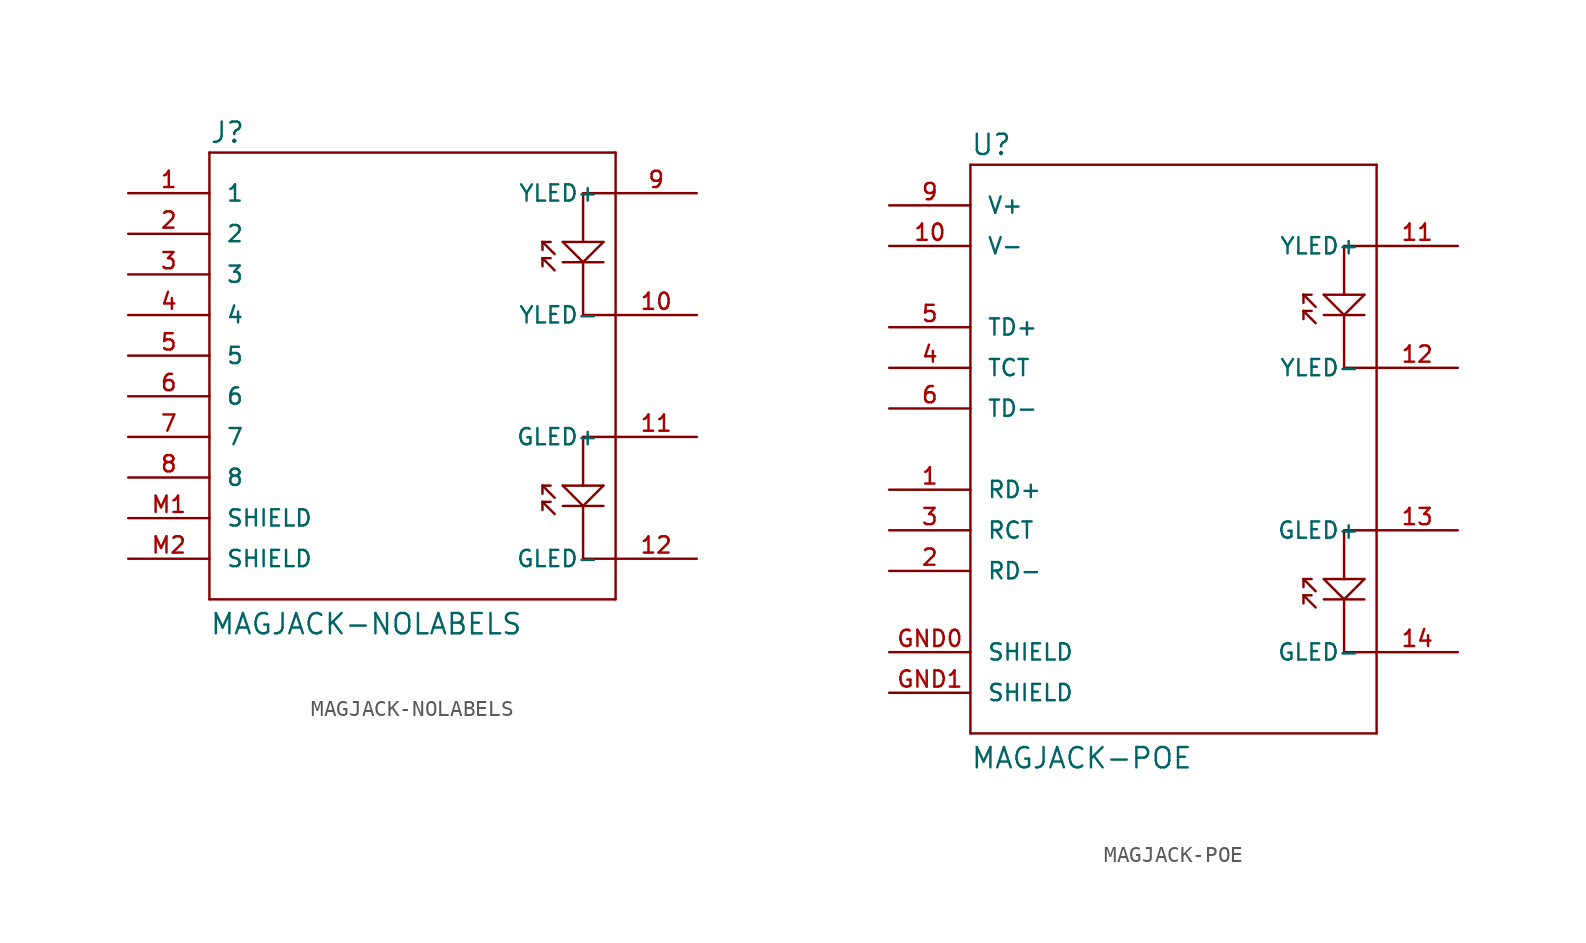
<source format=kicad_sym>
(kicad_symbol_lib
  (version 20211014)
  (generator kicad_symbol_editor)
  (symbol "MAGJACK-NOLABELS"
    (pin_names
      (offset 1.016))
    (property "Reference" "J"
      (at -12.7 13.208 0)
      (effects (font (size 1.27 1.27)) (justify left bottom)))
    (property "Value" "MAGJACK-NOLABELS"
      (at -12.7 -17.526 0)
      (effects (font (size 1.27 1.27)) (justify left bottom)))
    (property "Datasheet" ""
      (at 0 0 0)
      (effects (font (size 1.524 1.524))))
    (property "ki_locked" ""
      (at 0 0 0)
      (effects (font (size 1.27 1.27))))
    (symbol "MAGJACK-NOLABELS_1_0"
      (polyline (pts (xy -12.7 -15.24) (xy 12.7 -15.24)) (stroke (width 0) (type default) (color 0 0 0 0)) (fill (type none)))
      (polyline (pts (xy -12.7 12.7) (xy -12.7 -15.24)) (stroke (width 0) (type default) (color 0 0 0 0)) (fill (type none)))
      (polyline (pts (xy 8.128 -9.652) (xy 8.128 -9.144)) (stroke (width 0) (type default) (color 0 0 0 0)) (fill (type none)))
      (polyline (pts (xy 8.128 -9.144) (xy 8.636 -9.144)) (stroke (width 0) (type default) (color 0 0 0 0)) (fill (type none)))
      (polyline (pts (xy 8.128 -8.636) (xy 8.128 -8.128)) (stroke (width 0) (type default) (color 0 0 0 0)) (fill (type none)))
      (polyline (pts (xy 8.128 -8.128) (xy 8.636 -8.128)) (stroke (width 0) (type default) (color 0 0 0 0)) (fill (type none)))
      (polyline (pts (xy 8.128 5.588) (xy 8.128 6.096)) (stroke (width 0) (type default) (color 0 0 0 0)) (fill (type none)))
      (polyline (pts (xy 8.128 6.096) (xy 8.636 6.096)) (stroke (width 0) (type default) (color 0 0 0 0)) (fill (type none)))
      (polyline (pts (xy 8.128 6.604) (xy 8.128 7.112)) (stroke (width 0) (type default) (color 0 0 0 0)) (fill (type none)))
      (polyline (pts (xy 8.128 7.112) (xy 8.636 7.112)) (stroke (width 0) (type default) (color 0 0 0 0)) (fill (type none)))
      (polyline (pts (xy 8.89 -9.906) (xy 8.128 -9.144)) (stroke (width 0) (type default) (color 0 0 0 0)) (fill (type none)))
      (polyline (pts (xy 8.89 -8.89) (xy 8.128 -8.128)) (stroke (width 0) (type default) (color 0 0 0 0)) (fill (type none)))
      (polyline (pts (xy 8.89 5.334) (xy 8.128 6.096)) (stroke (width 0) (type default) (color 0 0 0 0)) (fill (type none)))
      (polyline (pts (xy 8.89 6.35) (xy 8.128 7.112)) (stroke (width 0) (type default) (color 0 0 0 0)) (fill (type none)))
      (polyline (pts (xy 9.398 -9.398) (xy 10.668 -9.398)) (stroke (width 0) (type default) (color 0 0 0 0)) (fill (type none)))
      (polyline (pts (xy 9.398 -8.128) (xy 10.668 -9.398)) (stroke (width 0) (type default) (color 0 0 0 0)) (fill (type none)))
      (polyline (pts (xy 9.398 5.842) (xy 10.668 5.842)) (stroke (width 0) (type default) (color 0 0 0 0)) (fill (type none)))
      (polyline (pts (xy 9.398 7.112) (xy 10.668 5.842)) (stroke (width 0) (type default) (color 0 0 0 0)) (fill (type none)))
      (polyline (pts (xy 10.668 -12.7) (xy 12.7 -12.7)) (stroke (width 0) (type default) (color 0 0 0 0)) (fill (type none)))
      (polyline (pts (xy 10.668 -9.398) (xy 10.668 -12.7)) (stroke (width 0) (type default) (color 0 0 0 0)) (fill (type none)))
      (polyline (pts (xy 10.668 -9.398) (xy 11.938 -9.398)) (stroke (width 0) (type default) (color 0 0 0 0)) (fill (type none)))
      (polyline (pts (xy 10.668 -9.398) (xy 11.938 -8.128)) (stroke (width 0) (type default) (color 0 0 0 0)) (fill (type none)))
      (polyline (pts (xy 10.668 -8.128) (xy 9.398 -8.128)) (stroke (width 0) (type default) (color 0 0 0 0)) (fill (type none)))
      (polyline (pts (xy 10.668 -5.08) (xy 10.668 -8.128)) (stroke (width 0) (type default) (color 0 0 0 0)) (fill (type none)))
      (polyline (pts (xy 10.668 2.54) (xy 12.7 2.54)) (stroke (width 0) (type default) (color 0 0 0 0)) (fill (type none)))
      (polyline (pts (xy 10.668 5.842) (xy 10.668 2.54)) (stroke (width 0) (type default) (color 0 0 0 0)) (fill (type none)))
      (polyline (pts (xy 10.668 5.842) (xy 11.938 5.842)) (stroke (width 0) (type default) (color 0 0 0 0)) (fill (type none)))
      (polyline (pts (xy 10.668 5.842) (xy 11.938 7.112)) (stroke (width 0) (type default) (color 0 0 0 0)) (fill (type none)))
      (polyline (pts (xy 10.668 7.112) (xy 9.398 7.112)) (stroke (width 0) (type default) (color 0 0 0 0)) (fill (type none)))
      (polyline (pts (xy 10.668 10.16) (xy 10.668 7.112)) (stroke (width 0) (type default) (color 0 0 0 0)) (fill (type none)))
      (polyline (pts (xy 11.938 -8.128) (xy 10.668 -8.128)) (stroke (width 0) (type default) (color 0 0 0 0)) (fill (type none)))
      (polyline (pts (xy 11.938 7.112) (xy 10.668 7.112)) (stroke (width 0) (type default) (color 0 0 0 0)) (fill (type none)))
      (polyline (pts (xy 12.7 -15.24) (xy 12.7 -12.7)) (stroke (width 0) (type default) (color 0 0 0 0)) (fill (type none)))
      (polyline (pts (xy 12.7 -12.7) (xy 12.7 2.54)) (stroke (width 0) (type default) (color 0 0 0 0)) (fill (type none)))
      (polyline (pts (xy 12.7 -5.08) (xy 10.668 -5.08)) (stroke (width 0) (type default) (color 0 0 0 0)) (fill (type none)))
      (polyline (pts (xy 12.7 2.54) (xy 12.7 10.16)) (stroke (width 0) (type default) (color 0 0 0 0)) (fill (type none)))
      (polyline (pts (xy 12.7 10.16) (xy 10.668 10.16)) (stroke (width 0) (type default) (color 0 0 0 0)) (fill (type none)))
      (polyline (pts (xy 12.7 10.16) (xy 12.7 12.7)) (stroke (width 0) (type default) (color 0 0 0 0)) (fill (type none)))
      (polyline (pts (xy 12.7 12.7) (xy -12.7 12.7)) (stroke (width 0) (type default) (color 0 0 0 0)) (fill (type none))))
    (symbol "MAGJACK-NOLABELS_1_1"
      (pin bidirectional line (at -17.78 10.16 0) (length 5.08) (name "1" (effects (font (size 1.016 1.016)))) (number "1" (effects (font (size 1.016 1.016)))))
      (pin bidirectional line (at 17.78 2.54 180) (length 5.08) (name "YLED-" (effects (font (size 1.016 1.016)))) (number "10" (effects (font (size 1.016 1.016)))))
      (pin bidirectional line (at 17.78 -5.08 180) (length 5.08) (name "GLED+" (effects (font (size 1.016 1.016)))) (number "11" (effects (font (size 1.016 1.016)))))
      (pin bidirectional line (at 17.78 -12.7 180) (length 5.08) (name "GLED-" (effects (font (size 1.016 1.016)))) (number "12" (effects (font (size 1.016 1.016)))))
      (pin bidirectional line (at -17.78 7.62 0) (length 5.08) (name "2" (effects (font (size 1.016 1.016)))) (number "2" (effects (font (size 1.016 1.016)))))
      (pin bidirectional line (at -17.78 5.08 0) (length 5.08) (name "3" (effects (font (size 1.016 1.016)))) (number "3" (effects (font (size 1.016 1.016)))))
      (pin bidirectional line (at -17.78 2.54 0) (length 5.08) (name "4" (effects (font (size 1.016 1.016)))) (number "4" (effects (font (size 1.016 1.016)))))
      (pin bidirectional line (at -17.78 0 0) (length 5.08) (name "5" (effects (font (size 1.016 1.016)))) (number "5" (effects (font (size 1.016 1.016)))))
      (pin bidirectional line (at -17.78 -2.54 0) (length 5.08) (name "6" (effects (font (size 1.016 1.016)))) (number "6" (effects (font (size 1.016 1.016)))))
      (pin bidirectional line (at -17.78 -5.08 0) (length 5.08) (name "7" (effects (font (size 1.016 1.016)))) (number "7" (effects (font (size 1.016 1.016)))))
      (pin bidirectional line (at -17.78 -7.62 0) (length 5.08) (name "8" (effects (font (size 1.016 1.016)))) (number "8" (effects (font (size 1.016 1.016)))))
      (pin bidirectional line (at 17.78 10.16 180) (length 5.08) (name "YLED+" (effects (font (size 1.016 1.016)))) (number "9" (effects (font (size 1.016 1.016)))))
      (pin bidirectional line (at -17.78 -10.16 0) (length 5.08) (name "SHIELD" (effects (font (size 1.016 1.016)))) (number "M1" (effects (font (size 1.016 1.016)))))
      (pin bidirectional line (at -17.78 -12.7 0) (length 5.08) (name "SHIELD" (effects (font (size 1.016 1.016)))) (number "M2" (effects (font (size 1.016 1.016)))))))
  (symbol "MAGJACK-POE"
    (pin_names
      (offset 1.016))
    (property "Reference" "U"
      (at -12.7 18.288 0)
      (effects (font (size 1.27 1.27)) (justify left bottom)))
    (property "Value" "MAGJACK-POE"
      (at -12.7 -20.066 0)
      (effects (font (size 1.27 1.27)) (justify left bottom)))
    (property "Datasheet" ""
      (at 0 0 0)
      (effects (font (size 1.524 1.524))))
    (property "ki_locked" ""
      (at 0 0 0)
      (effects (font (size 1.27 1.27))))
    (symbol "MAGJACK-POE_1_0"
      (polyline (pts (xy -12.7 -17.78) (xy 12.7 -17.78)) (stroke (width 0) (type default) (color 0 0 0 0)) (fill (type none)))
      (polyline (pts (xy -12.7 17.78) (xy -12.7 -17.78)) (stroke (width 0) (type default) (color 0 0 0 0)) (fill (type none)))
      (polyline (pts (xy 8.128 -9.652) (xy 8.128 -9.144)) (stroke (width 0) (type default) (color 0 0 0 0)) (fill (type none)))
      (polyline (pts (xy 8.128 -9.144) (xy 8.636 -9.144)) (stroke (width 0) (type default) (color 0 0 0 0)) (fill (type none)))
      (polyline (pts (xy 8.128 -8.636) (xy 8.128 -8.128)) (stroke (width 0) (type default) (color 0 0 0 0)) (fill (type none)))
      (polyline (pts (xy 8.128 -8.128) (xy 8.636 -8.128)) (stroke (width 0) (type default) (color 0 0 0 0)) (fill (type none)))
      (polyline (pts (xy 8.128 8.128) (xy 8.128 8.636)) (stroke (width 0) (type default) (color 0 0 0 0)) (fill (type none)))
      (polyline (pts (xy 8.128 8.636) (xy 8.636 8.636)) (stroke (width 0) (type default) (color 0 0 0 0)) (fill (type none)))
      (polyline (pts (xy 8.128 9.144) (xy 8.128 9.652)) (stroke (width 0) (type default) (color 0 0 0 0)) (fill (type none)))
      (polyline (pts (xy 8.128 9.652) (xy 8.636 9.652)) (stroke (width 0) (type default) (color 0 0 0 0)) (fill (type none)))
      (polyline (pts (xy 8.89 -9.906) (xy 8.128 -9.144)) (stroke (width 0) (type default) (color 0 0 0 0)) (fill (type none)))
      (polyline (pts (xy 8.89 -8.89) (xy 8.128 -8.128)) (stroke (width 0) (type default) (color 0 0 0 0)) (fill (type none)))
      (polyline (pts (xy 8.89 7.874) (xy 8.128 8.636)) (stroke (width 0) (type default) (color 0 0 0 0)) (fill (type none)))
      (polyline (pts (xy 8.89 8.89) (xy 8.128 9.652)) (stroke (width 0) (type default) (color 0 0 0 0)) (fill (type none)))
      (polyline (pts (xy 9.398 -9.398) (xy 10.668 -9.398)) (stroke (width 0) (type default) (color 0 0 0 0)) (fill (type none)))
      (polyline (pts (xy 9.398 -8.128) (xy 10.668 -9.398)) (stroke (width 0) (type default) (color 0 0 0 0)) (fill (type none)))
      (polyline (pts (xy 9.398 8.382) (xy 10.668 8.382)) (stroke (width 0) (type default) (color 0 0 0 0)) (fill (type none)))
      (polyline (pts (xy 9.398 9.652) (xy 10.668 8.382)) (stroke (width 0) (type default) (color 0 0 0 0)) (fill (type none)))
      (polyline (pts (xy 10.668 -12.7) (xy 12.7 -12.7)) (stroke (width 0) (type default) (color 0 0 0 0)) (fill (type none)))
      (polyline (pts (xy 10.668 -9.398) (xy 10.668 -12.7)) (stroke (width 0) (type default) (color 0 0 0 0)) (fill (type none)))
      (polyline (pts (xy 10.668 -9.398) (xy 11.938 -9.398)) (stroke (width 0) (type default) (color 0 0 0 0)) (fill (type none)))
      (polyline (pts (xy 10.668 -9.398) (xy 11.938 -8.128)) (stroke (width 0) (type default) (color 0 0 0 0)) (fill (type none)))
      (polyline (pts (xy 10.668 -8.128) (xy 9.398 -8.128)) (stroke (width 0) (type default) (color 0 0 0 0)) (fill (type none)))
      (polyline (pts (xy 10.668 -5.08) (xy 10.668 -8.128)) (stroke (width 0) (type default) (color 0 0 0 0)) (fill (type none)))
      (polyline (pts (xy 10.668 5.08) (xy 12.7 5.08)) (stroke (width 0) (type default) (color 0 0 0 0)) (fill (type none)))
      (polyline (pts (xy 10.668 8.382) (xy 10.668 5.08)) (stroke (width 0) (type default) (color 0 0 0 0)) (fill (type none)))
      (polyline (pts (xy 10.668 8.382) (xy 11.938 8.382)) (stroke (width 0) (type default) (color 0 0 0 0)) (fill (type none)))
      (polyline (pts (xy 10.668 8.382) (xy 11.938 9.652)) (stroke (width 0) (type default) (color 0 0 0 0)) (fill (type none)))
      (polyline (pts (xy 10.668 9.652) (xy 9.398 9.652)) (stroke (width 0) (type default) (color 0 0 0 0)) (fill (type none)))
      (polyline (pts (xy 10.668 12.7) (xy 10.668 9.652)) (stroke (width 0) (type default) (color 0 0 0 0)) (fill (type none)))
      (polyline (pts (xy 11.938 -8.128) (xy 10.668 -8.128)) (stroke (width 0) (type default) (color 0 0 0 0)) (fill (type none)))
      (polyline (pts (xy 11.938 9.652) (xy 10.668 9.652)) (stroke (width 0) (type default) (color 0 0 0 0)) (fill (type none)))
      (polyline (pts (xy 12.7 -17.78) (xy 12.7 -12.7)) (stroke (width 0) (type default) (color 0 0 0 0)) (fill (type none)))
      (polyline (pts (xy 12.7 -12.7) (xy 12.7 5.08)) (stroke (width 0) (type default) (color 0 0 0 0)) (fill (type none)))
      (polyline (pts (xy 12.7 -5.08) (xy 10.668 -5.08)) (stroke (width 0) (type default) (color 0 0 0 0)) (fill (type none)))
      (polyline (pts (xy 12.7 5.08) (xy 12.7 12.7)) (stroke (width 0) (type default) (color 0 0 0 0)) (fill (type none)))
      (polyline (pts (xy 12.7 12.7) (xy 10.668 12.7)) (stroke (width 0) (type default) (color 0 0 0 0)) (fill (type none)))
      (polyline (pts (xy 12.7 12.7) (xy 12.7 17.78)) (stroke (width 0) (type default) (color 0 0 0 0)) (fill (type none)))
      (polyline (pts (xy 12.7 17.78) (xy -12.7 17.78)) (stroke (width 0) (type default) (color 0 0 0 0)) (fill (type none))))
    (symbol "MAGJACK-POE_1_1"
      (pin bidirectional line (at -17.78 -2.54 0) (length 5.08) (name "RD+" (effects (font (size 1.016 1.016)))) (number "1" (effects (font (size 1.016 1.016)))))
      (pin bidirectional line (at -17.78 12.7 0) (length 5.08) (name "V-" (effects (font (size 1.016 1.016)))) (number "10" (effects (font (size 1.016 1.016)))))
      (pin bidirectional line (at 17.78 12.7 180) (length 5.08) (name "YLED+" (effects (font (size 1.016 1.016)))) (number "11" (effects (font (size 1.016 1.016)))))
      (pin bidirectional line (at 17.78 5.08 180) (length 5.08) (name "YLED-" (effects (font (size 1.016 1.016)))) (number "12" (effects (font (size 1.016 1.016)))))
      (pin bidirectional line (at 17.78 -5.08 180) (length 5.08) (name "GLED+" (effects (font (size 1.016 1.016)))) (number "13" (effects (font (size 1.016 1.016)))))
      (pin bidirectional line (at 17.78 -12.7 180) (length 5.08) (name "GLED-" (effects (font (size 1.016 1.016)))) (number "14" (effects (font (size 1.016 1.016)))))
      (pin bidirectional line (at -17.78 -7.62 0) (length 5.08) (name "RD-" (effects (font (size 1.016 1.016)))) (number "2" (effects (font (size 1.016 1.016)))))
      (pin bidirectional line (at -17.78 -5.08 0) (length 5.08) (name "RCT" (effects (font (size 1.016 1.016)))) (number "3" (effects (font (size 1.016 1.016)))))
      (pin bidirectional line (at -17.78 5.08 0) (length 5.08) (name "TCT" (effects (font (size 1.016 1.016)))) (number "4" (effects (font (size 1.016 1.016)))))
      (pin bidirectional line (at -17.78 7.62 0) (length 5.08) (name "TD+" (effects (font (size 1.016 1.016)))) (number "5" (effects (font (size 1.016 1.016)))))
      (pin bidirectional line (at -17.78 2.54 0) (length 5.08) (name "TD-" (effects (font (size 1.016 1.016)))) (number "6" (effects (font (size 1.016 1.016)))))
      (pin bidirectional line (at -17.78 15.24 0) (length 5.08) (name "V+" (effects (font (size 1.016 1.016)))) (number "9" (effects (font (size 1.016 1.016)))))
      (pin bidirectional line (at -17.78 -12.7 0) (length 5.08) (name "SHIELD" (effects (font (size 1.016 1.016)))) (number "GND0" (effects (font (size 1.016 1.016)))))
      (pin bidirectional line (at -17.78 -15.24 0) (length 5.08) (name "SHIELD" (effects (font (size 1.016 1.016)))) (number "GND1" (effects (font (size 1.016 1.016))))))))
</source>
